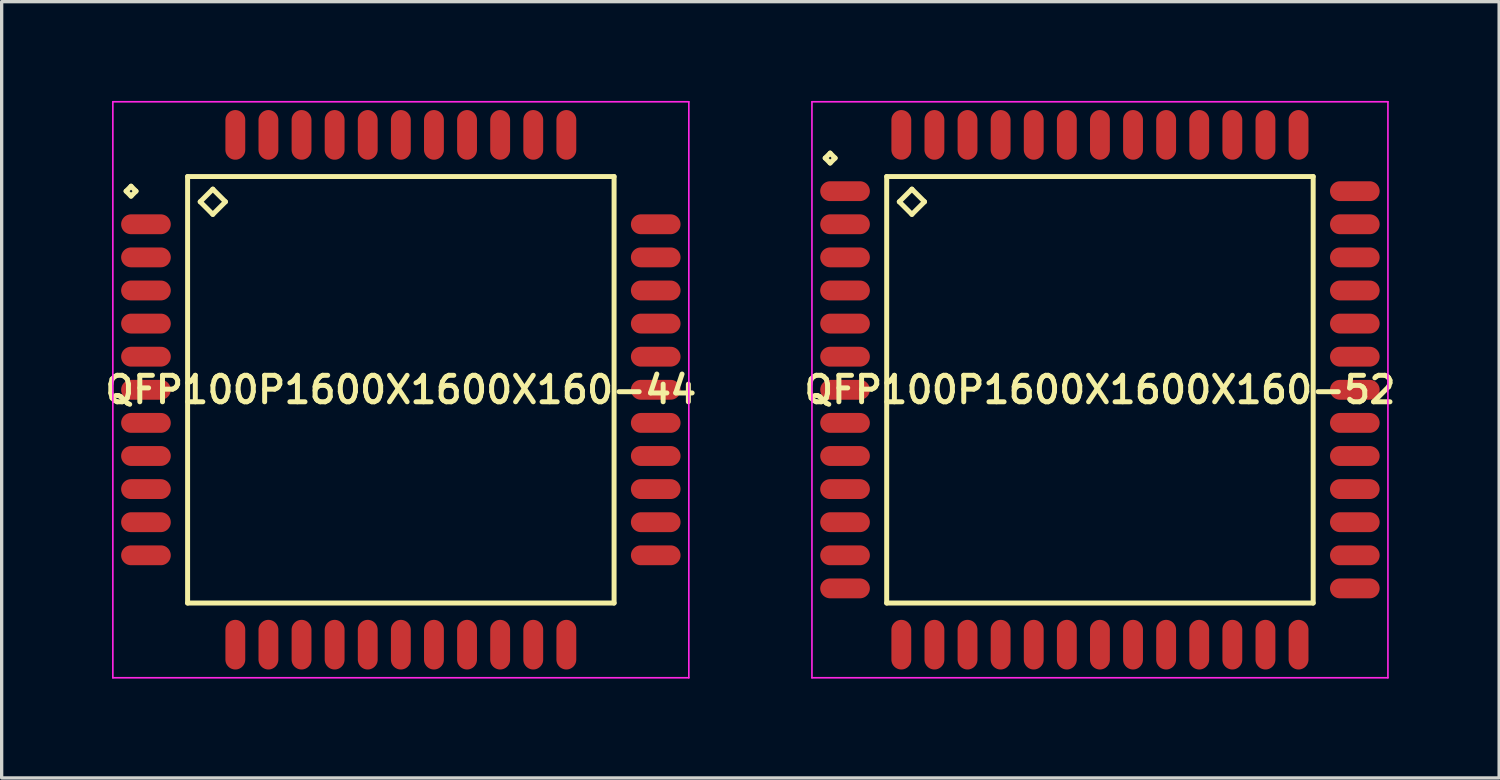
<source format=kicad_pcb>
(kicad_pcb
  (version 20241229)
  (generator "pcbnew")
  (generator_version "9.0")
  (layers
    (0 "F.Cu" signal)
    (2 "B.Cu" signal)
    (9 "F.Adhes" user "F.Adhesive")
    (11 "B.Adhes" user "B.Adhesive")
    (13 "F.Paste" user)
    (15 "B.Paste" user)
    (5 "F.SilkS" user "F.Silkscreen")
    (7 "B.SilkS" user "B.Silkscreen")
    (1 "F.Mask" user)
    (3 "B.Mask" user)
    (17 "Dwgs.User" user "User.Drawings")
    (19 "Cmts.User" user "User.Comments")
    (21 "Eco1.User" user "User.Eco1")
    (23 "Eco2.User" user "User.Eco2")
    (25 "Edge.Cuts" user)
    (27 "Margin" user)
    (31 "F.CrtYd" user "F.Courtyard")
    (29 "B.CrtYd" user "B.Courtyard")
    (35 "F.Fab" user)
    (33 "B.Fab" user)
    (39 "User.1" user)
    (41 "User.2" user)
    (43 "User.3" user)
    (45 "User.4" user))
  (footprint "QFP100P1600X1600X160-52"
    (layer "F.Cu")
    (at 30.178 8.725)
    (property "Reference" "QFP100P1600X1600X160-52" (at 0 0 0) (layer "F.SilkS") (effects (font (size 0.8 0.8) (thickness 0.15))))
    (attr smd)
    (fp_line (start -8.3 -7) (end -8.15 -7.15) (stroke (width 0.15) (type solid)) (layer "F.SilkS"))
    (fp_line (start -8.15 -7.15) (end -8 -7) (stroke (width 0.15) (type solid)) (layer "F.SilkS"))
    (fp_line (start -8.15 -6.85) (end -8.3 -7) (stroke (width 0.15) (type solid)) (layer "F.SilkS"))
    (fp_line (start -8 -7) (end -8.15 -6.85) (stroke (width 0.15) (type solid)) (layer "F.SilkS"))
    (fp_line (start -6.442 -6.442) (end -6.442 6.442) (stroke (width 0.15) (type solid)) (layer "F.SilkS"))
    (fp_line (start -6.442 6.442) (end 6.442 6.442) (stroke (width 0.15) (type solid)) (layer "F.SilkS"))
    (fp_line (start -6.061 -5.68) (end -5.68 -6.061) (stroke (width 0.15) (type solid)) (layer "F.SilkS"))
    (fp_line (start -5.68 -6.061) (end -5.299 -5.68) (stroke (width 0.15) (type solid)) (layer "F.SilkS"))
    (fp_line (start -5.68 -5.299) (end -6.061 -5.68) (stroke (width 0.15) (type solid)) (layer "F.SilkS"))
    (fp_line (start -5.299 -5.68) (end -5.68 -5.299) (stroke (width 0.15) (type solid)) (layer "F.SilkS"))
    (fp_line (start 6.442 -6.442) (end -6.442 -6.442) (stroke (width 0.15) (type solid)) (layer "F.SilkS"))
    (fp_line (start 6.442 6.442) (end 6.442 -6.442) (stroke (width 0.15) (type solid)) (layer "F.SilkS"))
    (fp_line (start -8.7 -8.7) (end 8.7 -8.7) (stroke (width 0.05) (type solid)) (layer "F.CrtYd"))
    (fp_line (start -8.7 8.7) (end -8.7 -8.7) (stroke (width 0.05) (type solid)) (layer "F.CrtYd"))
    (fp_line (start 8.7 -8.7) (end 8.7 8.7) (stroke (width 0.05) (type solid)) (layer "F.CrtYd"))
    (fp_line (start 8.7 8.7) (end -8.7 8.7) (stroke (width 0.05) (type solid)) (layer "F.CrtYd"))
    (pad "1" smd oval (at -7.7 -6) (size 1.5 0.6) (layers "F.Cu" "F.Mask" "F.Paste"))
    (pad "2" smd oval (at -7.7 -5) (size 1.5 0.6) (layers "F.Cu" "F.Mask" "F.Paste"))
    (pad "3" smd oval (at -7.7 -4) (size 1.5 0.6) (layers "F.Cu" "F.Mask" "F.Paste"))
    (pad "4" smd oval (at -7.7 -3) (size 1.5 0.6) (layers "F.Cu" "F.Mask" "F.Paste"))
    (pad "5" smd oval (at -7.7 -2) (size 1.5 0.6) (layers "F.Cu" "F.Mask" "F.Paste"))
    (pad "6" smd oval (at -7.7 -1) (size 1.5 0.6) (layers "F.Cu" "F.Mask" "F.Paste"))
    (pad "7" smd oval (at -7.7 0) (size 1.5 0.6) (layers "F.Cu" "F.Mask" "F.Paste"))
    (pad "8" smd oval (at -7.7 1) (size 1.5 0.6) (layers "F.Cu" "F.Mask" "F.Paste"))
    (pad "9" smd oval (at -7.7 2) (size 1.5 0.6) (layers "F.Cu" "F.Mask" "F.Paste"))
    (pad "10" smd oval (at -7.7 3) (size 1.5 0.6) (layers "F.Cu" "F.Mask" "F.Paste"))
    (pad "11" smd oval (at -7.7 4) (size 1.5 0.6) (layers "F.Cu" "F.Mask" "F.Paste"))
    (pad "12" smd oval (at -7.7 5) (size 1.5 0.6) (layers "F.Cu" "F.Mask" "F.Paste"))
    (pad "13" smd oval (at -7.7 6) (size 1.5 0.6) (layers "F.Cu" "F.Mask" "F.Paste"))
    (pad "14" smd oval (at -6 7.7) (size 0.6 1.5) (layers "F.Cu" "F.Mask" "F.Paste"))
    (pad "15" smd oval (at -5 7.7) (size 0.6 1.5) (layers "F.Cu" "F.Mask" "F.Paste"))
    (pad "16" smd oval (at -4 7.7) (size 0.6 1.5) (layers "F.Cu" "F.Mask" "F.Paste"))
    (pad "17" smd oval (at -3 7.7) (size 0.6 1.5) (layers "F.Cu" "F.Mask" "F.Paste"))
    (pad "18" smd oval (at -2 7.7) (size 0.6 1.5) (layers "F.Cu" "F.Mask" "F.Paste"))
    (pad "19" smd oval (at -1 7.7) (size 0.6 1.5) (layers "F.Cu" "F.Mask" "F.Paste"))
    (pad "20" smd oval (at 0 7.7) (size 0.6 1.5) (layers "F.Cu" "F.Mask" "F.Paste"))
    (pad "21" smd oval (at 1 7.7) (size 0.6 1.5) (layers "F.Cu" "F.Mask" "F.Paste"))
    (pad "22" smd oval (at 2 7.7) (size 0.6 1.5) (layers "F.Cu" "F.Mask" "F.Paste"))
    (pad "23" smd oval (at 3 7.7) (size 0.6 1.5) (layers "F.Cu" "F.Mask" "F.Paste"))
    (pad "24" smd oval (at 4 7.7) (size 0.6 1.5) (layers "F.Cu" "F.Mask" "F.Paste"))
    (pad "25" smd oval (at 5 7.7) (size 0.6 1.5) (layers "F.Cu" "F.Mask" "F.Paste"))
    (pad "26" smd oval (at 6 7.7) (size 0.6 1.5) (layers "F.Cu" "F.Mask" "F.Paste"))
    (pad "27" smd oval (at 7.7 6) (size 1.5 0.6) (layers "F.Cu" "F.Mask" "F.Paste"))
    (pad "28" smd oval (at 7.7 5) (size 1.5 0.6) (layers "F.Cu" "F.Mask" "F.Paste"))
    (pad "29" smd oval (at 7.7 4) (size 1.5 0.6) (layers "F.Cu" "F.Mask" "F.Paste"))
    (pad "30" smd oval (at 7.7 3) (size 1.5 0.6) (layers "F.Cu" "F.Mask" "F.Paste"))
    (pad "31" smd oval (at 7.7 2) (size 1.5 0.6) (layers "F.Cu" "F.Mask" "F.Paste"))
    (pad "32" smd oval (at 7.7 1) (size 1.5 0.6) (layers "F.Cu" "F.Mask" "F.Paste"))
    (pad "33" smd oval (at 7.7 0) (size 1.5 0.6) (layers "F.Cu" "F.Mask" "F.Paste"))
    (pad "34" smd oval (at 7.7 -1) (size 1.5 0.6) (layers "F.Cu" "F.Mask" "F.Paste"))
    (pad "35" smd oval (at 7.7 -2) (size 1.5 0.6) (layers "F.Cu" "F.Mask" "F.Paste"))
    (pad "36" smd oval (at 7.7 -3) (size 1.5 0.6) (layers "F.Cu" "F.Mask" "F.Paste"))
    (pad "37" smd oval (at 7.7 -4) (size 1.5 0.6) (layers "F.Cu" "F.Mask" "F.Paste"))
    (pad "38" smd oval (at 7.7 -5) (size 1.5 0.6) (layers "F.Cu" "F.Mask" "F.Paste"))
    (pad "39" smd oval (at 7.7 -6) (size 1.5 0.6) (layers "F.Cu" "F.Mask" "F.Paste"))
    (pad "40" smd oval (at 6 -7.7) (size 0.6 1.5) (layers "F.Cu" "F.Mask" "F.Paste"))
    (pad "41" smd oval (at 5 -7.7) (size 0.6 1.5) (layers "F.Cu" "F.Mask" "F.Paste"))
    (pad "42" smd oval (at 4 -7.7) (size 0.6 1.5) (layers "F.Cu" "F.Mask" "F.Paste"))
    (pad "43" smd oval (at 3 -7.7) (size 0.6 1.5) (layers "F.Cu" "F.Mask" "F.Paste"))
    (pad "44" smd oval (at 2 -7.7) (size 0.6 1.5) (layers "F.Cu" "F.Mask" "F.Paste"))
    (pad "45" smd oval (at 1 -7.7) (size 0.6 1.5) (layers "F.Cu" "F.Mask" "F.Paste"))
    (pad "46" smd oval (at 0 -7.7) (size 0.6 1.5) (layers "F.Cu" "F.Mask" "F.Paste"))
    (pad "47" smd oval (at -1 -7.7) (size 0.6 1.5) (layers "F.Cu" "F.Mask" "F.Paste"))
    (pad "48" smd oval (at -2 -7.7) (size 0.6 1.5) (layers "F.Cu" "F.Mask" "F.Paste"))
    (pad "49" smd oval (at -3 -7.7) (size 0.6 1.5) (layers "F.Cu" "F.Mask" "F.Paste"))
    (pad "50" smd oval (at -4 -7.7) (size 0.6 1.5) (layers "F.Cu" "F.Mask" "F.Paste"))
    (pad "51" smd oval (at -5 -7.7) (size 0.6 1.5) (layers "F.Cu" "F.Mask" "F.Paste"))
    (pad "52" smd oval (at -6 -7.7) (size 0.6 1.5) (layers "F.Cu" "F.Mask" "F.Paste")))
  (footprint "QFP100P1600X1600X160-44"
    (layer "F.Cu")
    (at 9.059 8.725)
    (property "Reference" "QFP100P1600X1600X160-44" (at 0 0 0) (layer "F.SilkS") (effects (font (size 0.8 0.8) (thickness 0.15))))
    (attr smd)
    (fp_line (start -8.3 -6) (end -8.15 -6.15) (stroke (width 0.15) (type solid)) (layer "F.SilkS"))
    (fp_line (start -8.15 -6.15) (end -8 -6) (stroke (width 0.15) (type solid)) (layer "F.SilkS"))
    (fp_line (start -8.15 -5.85) (end -8.3 -6) (stroke (width 0.15) (type solid)) (layer "F.SilkS"))
    (fp_line (start -8 -6) (end -8.15 -5.85) (stroke (width 0.15) (type solid)) (layer "F.SilkS"))
    (fp_line (start -6.442 -6.442) (end -6.442 6.442) (stroke (width 0.15) (type solid)) (layer "F.SilkS"))
    (fp_line (start -6.442 6.442) (end 6.442 6.442) (stroke (width 0.15) (type solid)) (layer "F.SilkS"))
    (fp_line (start -6.061 -5.68) (end -5.68 -6.061) (stroke (width 0.15) (type solid)) (layer "F.SilkS"))
    (fp_line (start -5.68 -6.061) (end -5.299 -5.68) (stroke (width 0.15) (type solid)) (layer "F.SilkS"))
    (fp_line (start -5.68 -5.299) (end -6.061 -5.68) (stroke (width 0.15) (type solid)) (layer "F.SilkS"))
    (fp_line (start -5.299 -5.68) (end -5.68 -5.299) (stroke (width 0.15) (type solid)) (layer "F.SilkS"))
    (fp_line (start 6.442 -6.442) (end -6.442 -6.442) (stroke (width 0.15) (type solid)) (layer "F.SilkS"))
    (fp_line (start 6.442 6.442) (end 6.442 -6.442) (stroke (width 0.15) (type solid)) (layer "F.SilkS"))
    (fp_line (start -8.7 -8.7) (end 8.7 -8.7) (stroke (width 0.05) (type solid)) (layer "F.CrtYd"))
    (fp_line (start -8.7 8.7) (end -8.7 -8.7) (stroke (width 0.05) (type solid)) (layer "F.CrtYd"))
    (fp_line (start 8.7 -8.7) (end 8.7 8.7) (stroke (width 0.05) (type solid)) (layer "F.CrtYd"))
    (fp_line (start 8.7 8.7) (end -8.7 8.7) (stroke (width 0.05) (type solid)) (layer "F.CrtYd"))
    (pad "1" smd oval (at -7.7 -5) (size 1.5 0.6) (layers "F.Cu" "F.Mask" "F.Paste"))
    (pad "2" smd oval (at -7.7 -4) (size 1.5 0.6) (layers "F.Cu" "F.Mask" "F.Paste"))
    (pad "3" smd oval (at -7.7 -3) (size 1.5 0.6) (layers "F.Cu" "F.Mask" "F.Paste"))
    (pad "4" smd oval (at -7.7 -2) (size 1.5 0.6) (layers "F.Cu" "F.Mask" "F.Paste"))
    (pad "5" smd oval (at -7.7 -1) (size 1.5 0.6) (layers "F.Cu" "F.Mask" "F.Paste"))
    (pad "6" smd oval (at -7.7 0) (size 1.5 0.6) (layers "F.Cu" "F.Mask" "F.Paste"))
    (pad "7" smd oval (at -7.7 1) (size 1.5 0.6) (layers "F.Cu" "F.Mask" "F.Paste"))
    (pad "8" smd oval (at -7.7 2) (size 1.5 0.6) (layers "F.Cu" "F.Mask" "F.Paste"))
    (pad "9" smd oval (at -7.7 3) (size 1.5 0.6) (layers "F.Cu" "F.Mask" "F.Paste"))
    (pad "10" smd oval (at -7.7 4) (size 1.5 0.6) (layers "F.Cu" "F.Mask" "F.Paste"))
    (pad "11" smd oval (at -7.7 5) (size 1.5 0.6) (layers "F.Cu" "F.Mask" "F.Paste"))
    (pad "12" smd oval (at -5 7.7) (size 0.6 1.5) (layers "F.Cu" "F.Mask" "F.Paste"))
    (pad "13" smd oval (at -4 7.7) (size 0.6 1.5) (layers "F.Cu" "F.Mask" "F.Paste"))
    (pad "14" smd oval (at -3 7.7) (size 0.6 1.5) (layers "F.Cu" "F.Mask" "F.Paste"))
    (pad "15" smd oval (at -2 7.7) (size 0.6 1.5) (layers "F.Cu" "F.Mask" "F.Paste"))
    (pad "16" smd oval (at -1 7.7) (size 0.6 1.5) (layers "F.Cu" "F.Mask" "F.Paste"))
    (pad "17" smd oval (at 0 7.7) (size 0.6 1.5) (layers "F.Cu" "F.Mask" "F.Paste"))
    (pad "18" smd oval (at 1 7.7) (size 0.6 1.5) (layers "F.Cu" "F.Mask" "F.Paste"))
    (pad "19" smd oval (at 2 7.7) (size 0.6 1.5) (layers "F.Cu" "F.Mask" "F.Paste"))
    (pad "20" smd oval (at 3 7.7) (size 0.6 1.5) (layers "F.Cu" "F.Mask" "F.Paste"))
    (pad "21" smd oval (at 4 7.7) (size 0.6 1.5) (layers "F.Cu" "F.Mask" "F.Paste"))
    (pad "22" smd oval (at 5 7.7) (size 0.6 1.5) (layers "F.Cu" "F.Mask" "F.Paste"))
    (pad "23" smd oval (at 7.7 5) (size 1.5 0.6) (layers "F.Cu" "F.Mask" "F.Paste"))
    (pad "24" smd oval (at 7.7 4) (size 1.5 0.6) (layers "F.Cu" "F.Mask" "F.Paste"))
    (pad "25" smd oval (at 7.7 3) (size 1.5 0.6) (layers "F.Cu" "F.Mask" "F.Paste"))
    (pad "26" smd oval (at 7.7 2) (size 1.5 0.6) (layers "F.Cu" "F.Mask" "F.Paste"))
    (pad "27" smd oval (at 7.7 1) (size 1.5 0.6) (layers "F.Cu" "F.Mask" "F.Paste"))
    (pad "28" smd oval (at 7.7 0) (size 1.5 0.6) (layers "F.Cu" "F.Mask" "F.Paste"))
    (pad "29" smd oval (at 7.7 -1) (size 1.5 0.6) (layers "F.Cu" "F.Mask" "F.Paste"))
    (pad "30" smd oval (at 7.7 -2) (size 1.5 0.6) (layers "F.Cu" "F.Mask" "F.Paste"))
    (pad "31" smd oval (at 7.7 -3) (size 1.5 0.6) (layers "F.Cu" "F.Mask" "F.Paste"))
    (pad "32" smd oval (at 7.7 -4) (size 1.5 0.6) (layers "F.Cu" "F.Mask" "F.Paste"))
    (pad "33" smd oval (at 7.7 -5) (size 1.5 0.6) (layers "F.Cu" "F.Mask" "F.Paste"))
    (pad "34" smd oval (at 5 -7.7) (size 0.6 1.5) (layers "F.Cu" "F.Mask" "F.Paste"))
    (pad "35" smd oval (at 4 -7.7) (size 0.6 1.5) (layers "F.Cu" "F.Mask" "F.Paste"))
    (pad "36" smd oval (at 3 -7.7) (size 0.6 1.5) (layers "F.Cu" "F.Mask" "F.Paste"))
    (pad "37" smd oval (at 2 -7.7) (size 0.6 1.5) (layers "F.Cu" "F.Mask" "F.Paste"))
    (pad "38" smd oval (at 1 -7.7) (size 0.6 1.5) (layers "F.Cu" "F.Mask" "F.Paste"))
    (pad "39" smd oval (at 0 -7.7) (size 0.6 1.5) (layers "F.Cu" "F.Mask" "F.Paste"))
    (pad "40" smd oval (at -1 -7.7) (size 0.6 1.5) (layers "F.Cu" "F.Mask" "F.Paste"))
    (pad "41" smd oval (at -2 -7.7) (size 0.6 1.5) (layers "F.Cu" "F.Mask" "F.Paste"))
    (pad "42" smd oval (at -3 -7.7) (size 0.6 1.5) (layers "F.Cu" "F.Mask" "F.Paste"))
    (pad "43" smd oval (at -4 -7.7) (size 0.6 1.5) (layers "F.Cu" "F.Mask" "F.Paste"))
    (pad "44" smd oval (at -5 -7.7) (size 0.6 1.5) (layers "F.Cu" "F.Mask" "F.Paste")))
  (gr_rect
    (start -3 -3)
    (end 42.237 20.45)
    (stroke (width 0.1) (type default))
    (fill no)
    (layer "Edge.Cuts")))
</source>
